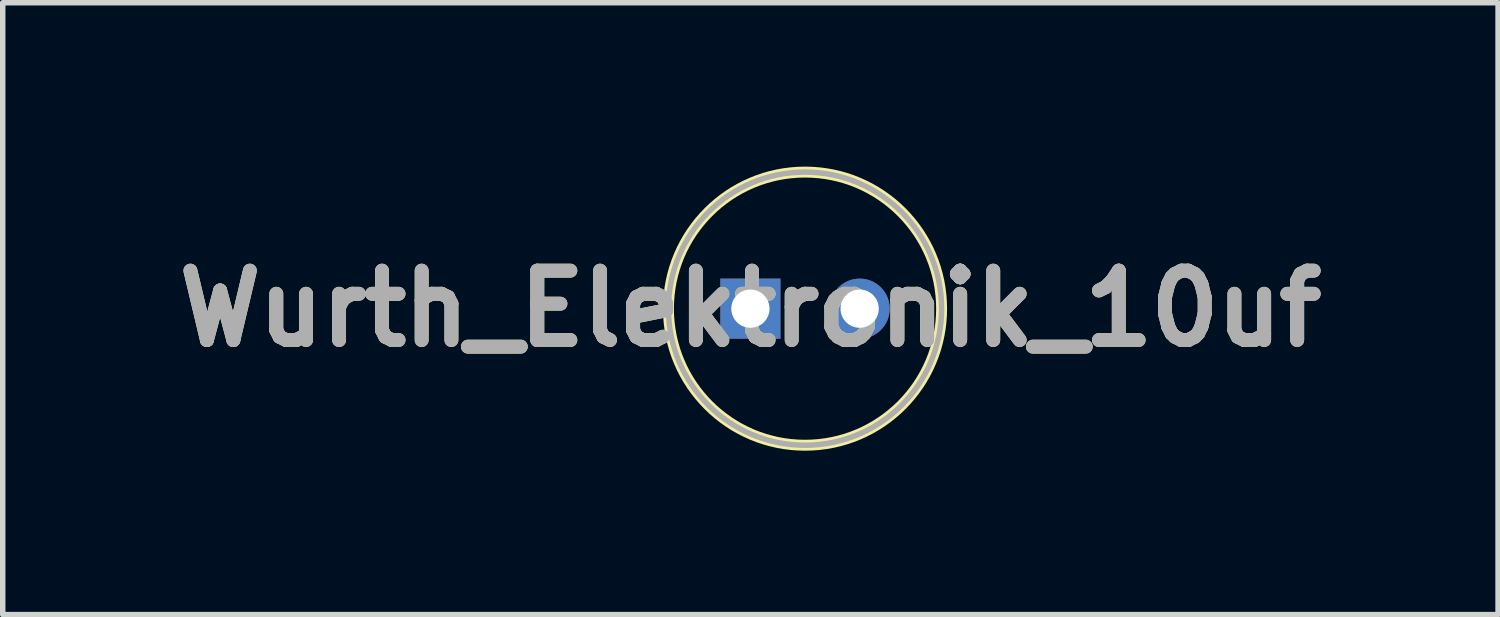
<source format=kicad_pcb>
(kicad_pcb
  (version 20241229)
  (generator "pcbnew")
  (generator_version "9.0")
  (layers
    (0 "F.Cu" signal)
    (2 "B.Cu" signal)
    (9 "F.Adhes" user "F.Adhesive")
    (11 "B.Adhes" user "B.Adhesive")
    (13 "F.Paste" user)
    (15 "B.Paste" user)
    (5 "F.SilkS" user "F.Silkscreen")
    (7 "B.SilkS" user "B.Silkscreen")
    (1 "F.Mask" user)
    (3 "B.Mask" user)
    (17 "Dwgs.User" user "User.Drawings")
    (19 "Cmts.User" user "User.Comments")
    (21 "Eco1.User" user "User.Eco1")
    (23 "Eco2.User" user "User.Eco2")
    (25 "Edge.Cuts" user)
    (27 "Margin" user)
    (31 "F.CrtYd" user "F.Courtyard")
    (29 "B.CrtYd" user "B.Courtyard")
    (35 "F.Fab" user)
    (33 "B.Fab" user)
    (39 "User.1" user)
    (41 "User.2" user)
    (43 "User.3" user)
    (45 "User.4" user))
  (footprint "Wurth_Elektronik_10uf"
    (layer "F.Cu")
    (at 10.686 2.6)
    (property "Reference" "Wurth_Elektronik_10uf" (at 0 0 0) (layer "F.SilkS") (effects (font (size 1.27 1.27) (thickness 0.254))))
    (attr through_hole)
    (fp_circle (center 1 0) (end 1 2.5) (stroke (width 0.2) (type solid)) (fill no) (layer "F.SilkS"))
    (fp_circle (center 1 0) (end 1 2.5) (stroke (width 0.1) (type solid)) (fill no) (layer "F.Fab"))
    (fp_text user "${REFERENCE}" (at 0 0 0) (layer "F.Fab") (effects (font (size 1.27 1.27) (thickness 0.254))))
    (pad "1" thru_hole rect (at 0 0) (size 1.1 1.1) (drill 0.7) (layers "*.Cu" "*.Mask"))
    (pad "2" thru_hole circle (at 2 0) (size 1.1 1.1) (drill 0.7) (layers "*.Cu" "*.Mask")))
  (gr_rect
    (start -3 -3)
    (end 24.372 8.2)
    (stroke (width 0.1) (type default))
    (fill no)
    (layer "Edge.Cuts")))
</source>
